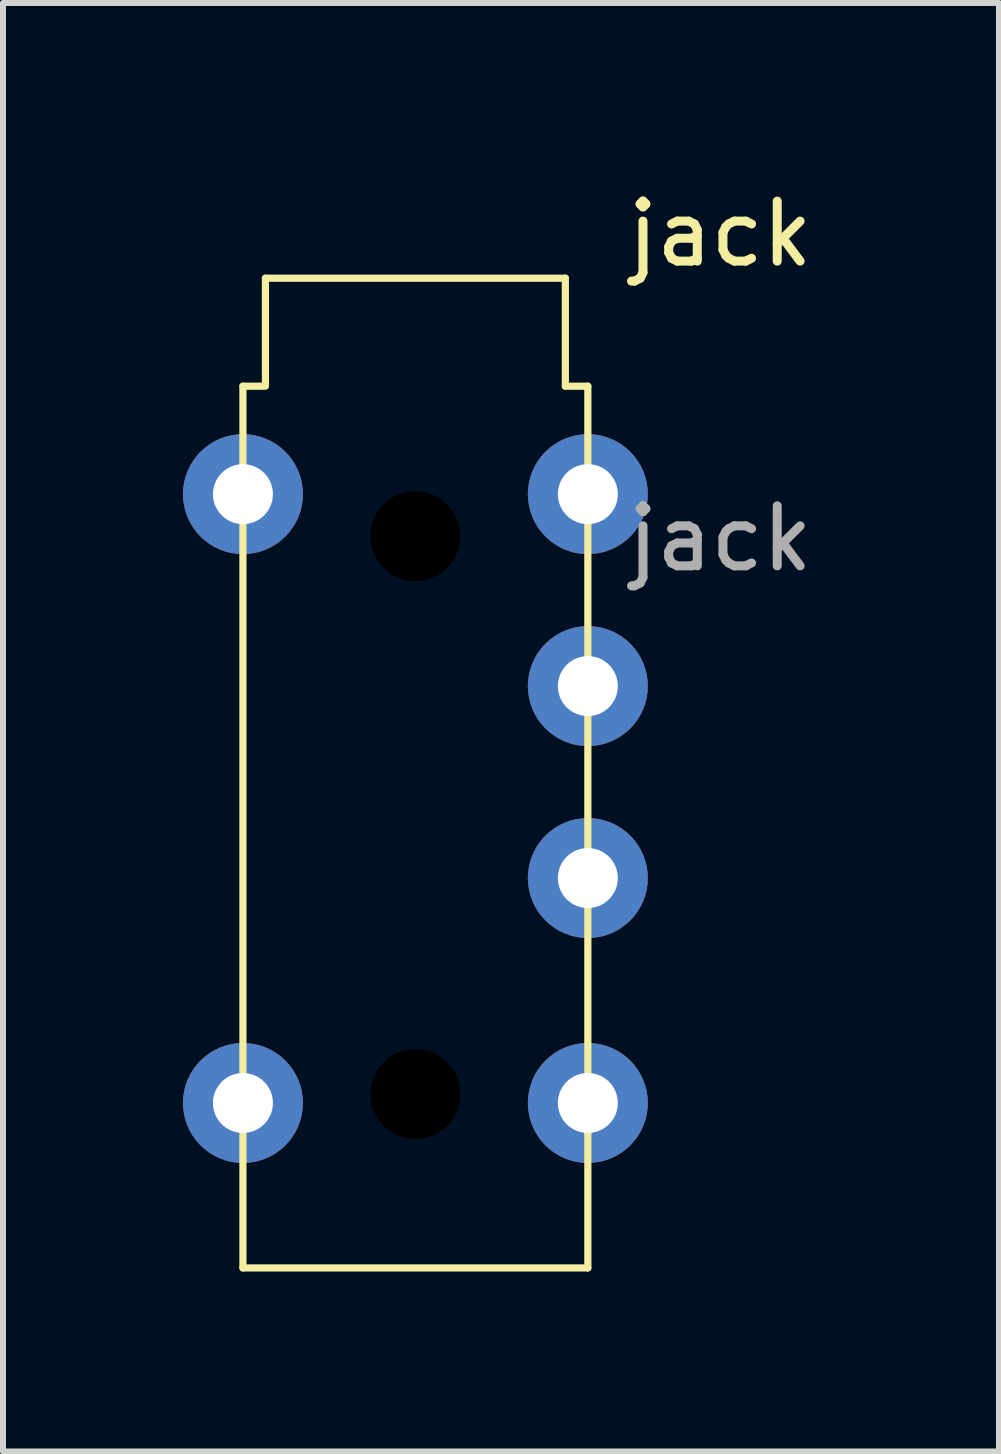
<source format=kicad_pcb>
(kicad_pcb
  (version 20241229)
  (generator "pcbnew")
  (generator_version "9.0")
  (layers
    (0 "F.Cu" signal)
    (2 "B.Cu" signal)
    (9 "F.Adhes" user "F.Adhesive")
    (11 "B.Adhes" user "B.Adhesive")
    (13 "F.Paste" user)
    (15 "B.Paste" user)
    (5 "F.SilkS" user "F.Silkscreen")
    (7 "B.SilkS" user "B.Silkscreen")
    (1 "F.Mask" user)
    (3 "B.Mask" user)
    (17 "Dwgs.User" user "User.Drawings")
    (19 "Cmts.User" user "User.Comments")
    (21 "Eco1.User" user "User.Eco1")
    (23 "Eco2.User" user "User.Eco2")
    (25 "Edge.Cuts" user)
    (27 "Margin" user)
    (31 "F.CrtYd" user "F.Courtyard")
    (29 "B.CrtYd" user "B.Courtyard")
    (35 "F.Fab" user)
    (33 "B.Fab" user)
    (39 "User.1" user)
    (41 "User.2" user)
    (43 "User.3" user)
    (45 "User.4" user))
  (footprint "jack"
    (layer "F.Cu")
    (at 3.875 3.388)
    (property "Reference" "jack" (at 5.08 -2.54 0) (unlocked yes) (layer "F.SilkS") (effects (font (size 1 1) (thickness 0.15))))
    (attr through_hole)
    (fp_line (start -2.875 0) (end -2.875 14.7) (stroke (width 0.12) (type solid)) (layer "F.SilkS"))
    (fp_line (start -2.875 14.7) (end 2.875 14.7) (stroke (width 0.12) (type solid)) (layer "F.SilkS"))
    (fp_line (start -2.54 0) (end -2.875 0) (stroke (width 0.12) (type solid)) (layer "F.SilkS"))
    (fp_line (start -2.5 -1.8) (end -2.5 0) (stroke (width 0.12) (type solid)) (layer "F.SilkS"))
    (fp_line (start -2.5 -1.8) (end 2.5 -1.8) (stroke (width 0.12) (type solid)) (layer "F.SilkS"))
    (fp_line (start 2.5 -1.8) (end 2.5 0) (stroke (width 0.12) (type solid)) (layer "F.SilkS"))
    (fp_line (start 2.5 0) (end 2.875 0) (stroke (width 0.12) (type solid)) (layer "F.SilkS"))
    (fp_line (start 2.875 0) (end 2.875 14.7) (stroke (width 0.12) (type solid)) (layer "F.SilkS"))
    (fp_text user "${REFERENCE}" (at 5.08 2.54 0) (unlocked yes) (layer "F.Fab") (effects (font (size 1 1) (thickness 0.15))))
    (pad "" np_thru_hole circle (at 0 2.5) (size 1.5 1.5) (drill 1.5) (layers "*.Mask"))
    (pad "" np_thru_hole circle (at 0 11.8) (size 1.5 1.5) (drill 1.5) (layers "*.Mask"))
    (pad "1" thru_hole circle (at -2.875 1.8) (size 2 2) (drill 1) (layers "*.Cu" "*.Mask"))
    (pad "1" thru_hole circle (at 2.875 1.8) (size 2 2) (drill 1) (layers "*.Cu" "*.Mask"))
    (pad "2" thru_hole circle (at 2.875 5) (size 2 2) (drill 1) (layers "*.Cu" "*.Mask"))
    (pad "3" thru_hole circle (at 2.875 8.2) (size 2 2) (drill 1) (layers "*.Cu" "*.Mask"))
    (pad "4" thru_hole circle (at -2.875 11.95) (size 2 2) (drill 1) (layers "*.Cu" "*.Mask"))
    (pad "4" thru_hole circle (at 2.875 11.95) (size 2 2) (drill 1) (layers "*.Cu" "*.Mask")))
  (gr_rect
    (start -3 -3)
    (end 13.604 21.148)
    (stroke (width 0.1) (type default))
    (fill no)
    (layer "Edge.Cuts")))
</source>
